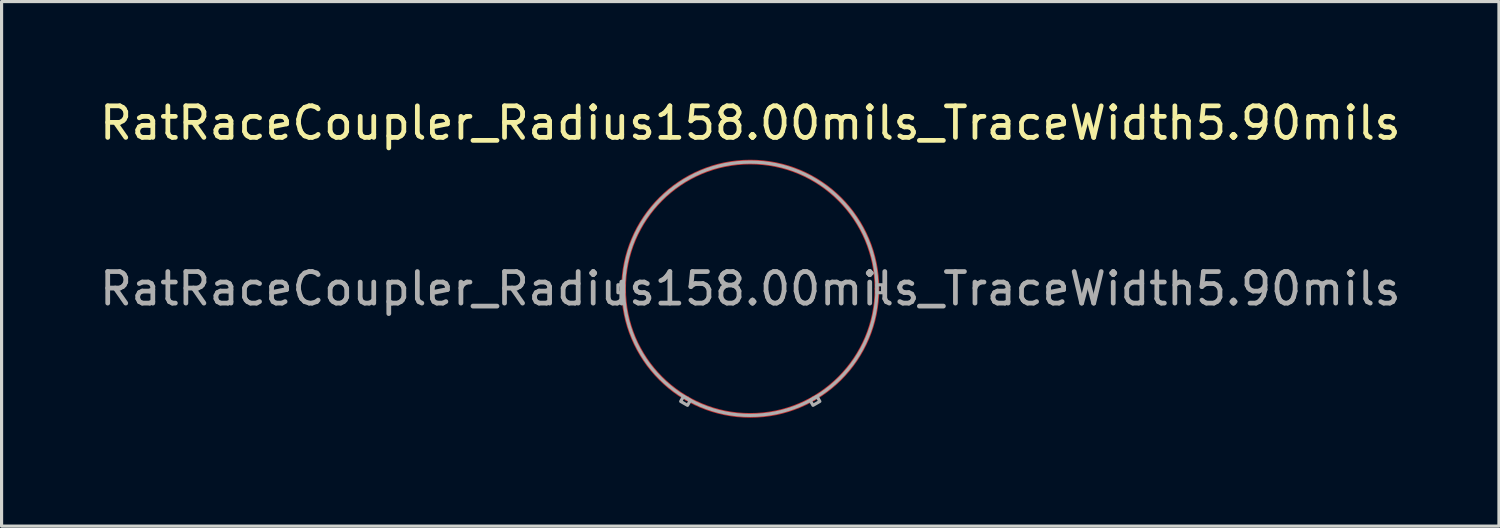
<source format=kicad_pcb>
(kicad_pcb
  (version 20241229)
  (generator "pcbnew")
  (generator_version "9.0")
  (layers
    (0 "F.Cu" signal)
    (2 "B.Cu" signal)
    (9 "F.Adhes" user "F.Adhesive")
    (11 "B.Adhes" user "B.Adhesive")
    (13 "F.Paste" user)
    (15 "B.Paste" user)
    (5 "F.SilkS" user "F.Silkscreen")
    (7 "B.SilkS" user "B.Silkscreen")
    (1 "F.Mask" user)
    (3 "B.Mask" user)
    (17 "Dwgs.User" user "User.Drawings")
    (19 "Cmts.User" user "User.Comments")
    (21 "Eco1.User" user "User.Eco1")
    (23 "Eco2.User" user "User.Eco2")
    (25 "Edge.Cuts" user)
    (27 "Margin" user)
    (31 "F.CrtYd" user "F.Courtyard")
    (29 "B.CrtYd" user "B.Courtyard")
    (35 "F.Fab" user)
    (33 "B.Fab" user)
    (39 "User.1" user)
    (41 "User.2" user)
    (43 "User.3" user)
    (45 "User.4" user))
  (footprint "RatRaceCoupler_Radius158.00mils_TraceWidth5.90mils"
    (layer "F.Cu")
    (at 20.72 6.098)
    (property "Reference" "RatRaceCoupler_Radius158.00mils_TraceWidth5.90mils" (at 0 -5.25 0) (layer "F.SilkS") (effects (font (size 1 1) (thickness 0.15))))
    (attr smd)
    (fp_circle (center 0 0) (end 4.013 0) (stroke (width 0.15) (type solid)) (fill no) (layer "F.Cu"))
    (fp_circle (center 0 0) (end 4.521 0) (stroke (width 0) (type solid)) (fill yes) (layer "F.Mask"))
    (fp_circle (center 0 0) (end 4.013 0) (stroke (width 0.1) (type solid)) (fill no) (layer "F.Fab"))
    (fp_poly (pts (xy -4.013 0.125) (xy -4.013 -0.125) (xy -4.193 -0.125) (xy -4.193 0.125) (xy -4.013 0.125)) (stroke (width 0.1) (type solid)) (fill no) (layer "F.Fab"))
    (fp_poly (pts (xy -1.898 3.538) (xy -2.115 3.413) (xy -2.205 3.569) (xy -1.988 3.694) (xy -1.898 3.538)) (stroke (width 0.1) (type solid)) (fill no) (layer "F.Fab"))
    (fp_poly (pts (xy 2.115 3.413) (xy 1.898 3.538) (xy 1.988 3.694) (xy 2.205 3.569) (xy 2.115 3.413)) (stroke (width 0.1) (type solid)) (fill no) (layer "F.Fab"))
    (fp_poly (pts (xy 4.013 -0.125) (xy 4.013 0.125) (xy 4.193 0.125) (xy 4.193 -0.125) (xy 4.013 -0.125)) (stroke (width 0.1) (type solid)) (fill no) (layer "F.Fab"))
    (fp_text user "${REFERENCE}" (at 0 0 0) (layer "F.Fab") (effects (font (size 1 1) (thickness 0.15))))
    (pad "1" smd circle (at -4.013 0) (size 0.15 0.15) (layers "F.Cu"))
    (pad "2" smd circle (at -2.007 3.476) (size 0.15 0.15) (layers "F.Cu"))
    (pad "3" smd circle (at 2.007 3.476) (size 0.15 0.15) (layers "F.Cu"))
    (pad "4" smd circle (at 4.013 0) (size 0.15 0.15) (layers "F.Cu")))
  (gr_rect
    (start -3 -3)
    (end 44.44 13.619)
    (stroke (width 0.1) (type default))
    (fill no)
    (layer "Edge.Cuts")))
</source>
